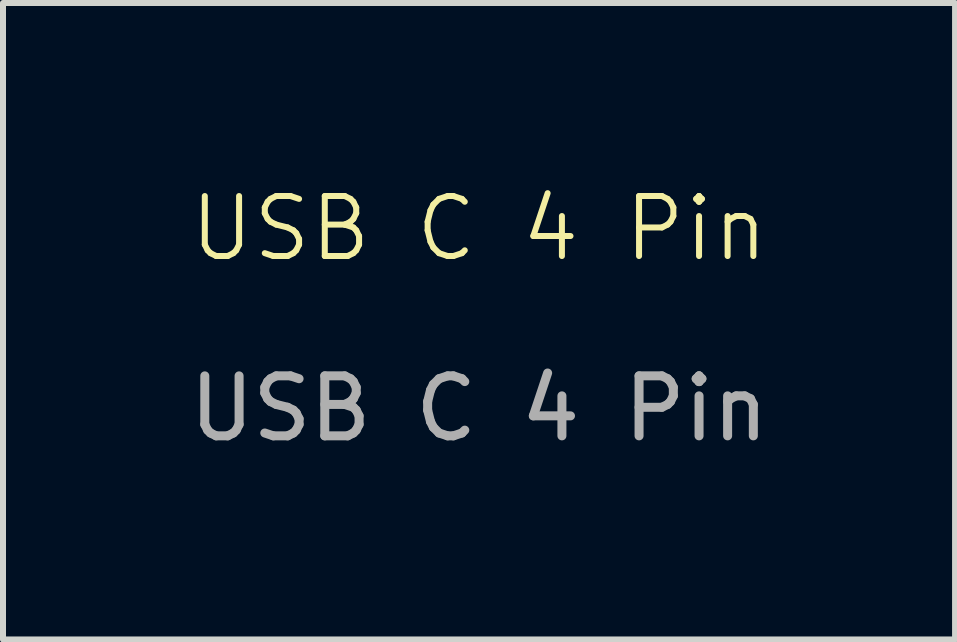
<source format=kicad_pcb>
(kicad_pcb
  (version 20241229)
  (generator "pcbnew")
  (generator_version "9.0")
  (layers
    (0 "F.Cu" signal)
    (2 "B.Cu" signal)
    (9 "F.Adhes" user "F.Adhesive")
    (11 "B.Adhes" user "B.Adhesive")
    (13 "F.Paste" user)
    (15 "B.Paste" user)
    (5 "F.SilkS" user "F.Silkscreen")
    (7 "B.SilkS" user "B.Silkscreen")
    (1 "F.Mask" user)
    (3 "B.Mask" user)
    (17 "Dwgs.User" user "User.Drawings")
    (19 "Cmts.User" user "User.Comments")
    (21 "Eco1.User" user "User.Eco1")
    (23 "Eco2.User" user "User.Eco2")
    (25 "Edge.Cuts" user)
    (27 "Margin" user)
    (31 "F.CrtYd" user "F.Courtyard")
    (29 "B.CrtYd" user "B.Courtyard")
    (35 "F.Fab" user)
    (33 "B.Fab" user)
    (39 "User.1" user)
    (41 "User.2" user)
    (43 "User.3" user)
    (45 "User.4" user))
  (footprint "USB C 4 Pin"
    (layer "F.Cu")
    (at 4.935 1.26)
    (property "Reference" "USB C 4 Pin" (at 0 -0.5 0) (unlocked yes) (layer "F.SilkS") (effects (font (size 1 1) (thickness 0.1))))
    (attr through_hole)
    (fp_text user "${REFERENCE}" (at 0 2.5 0) (unlocked yes) (layer "F.Fab") (effects (font (size 1 1) (thickness 0.15)))))
  (gr_rect
    (start -3 -3)
    (end 12.869 7.609)
    (stroke (width 0.1) (type default))
    (fill no)
    (layer "Edge.Cuts")))
</source>
